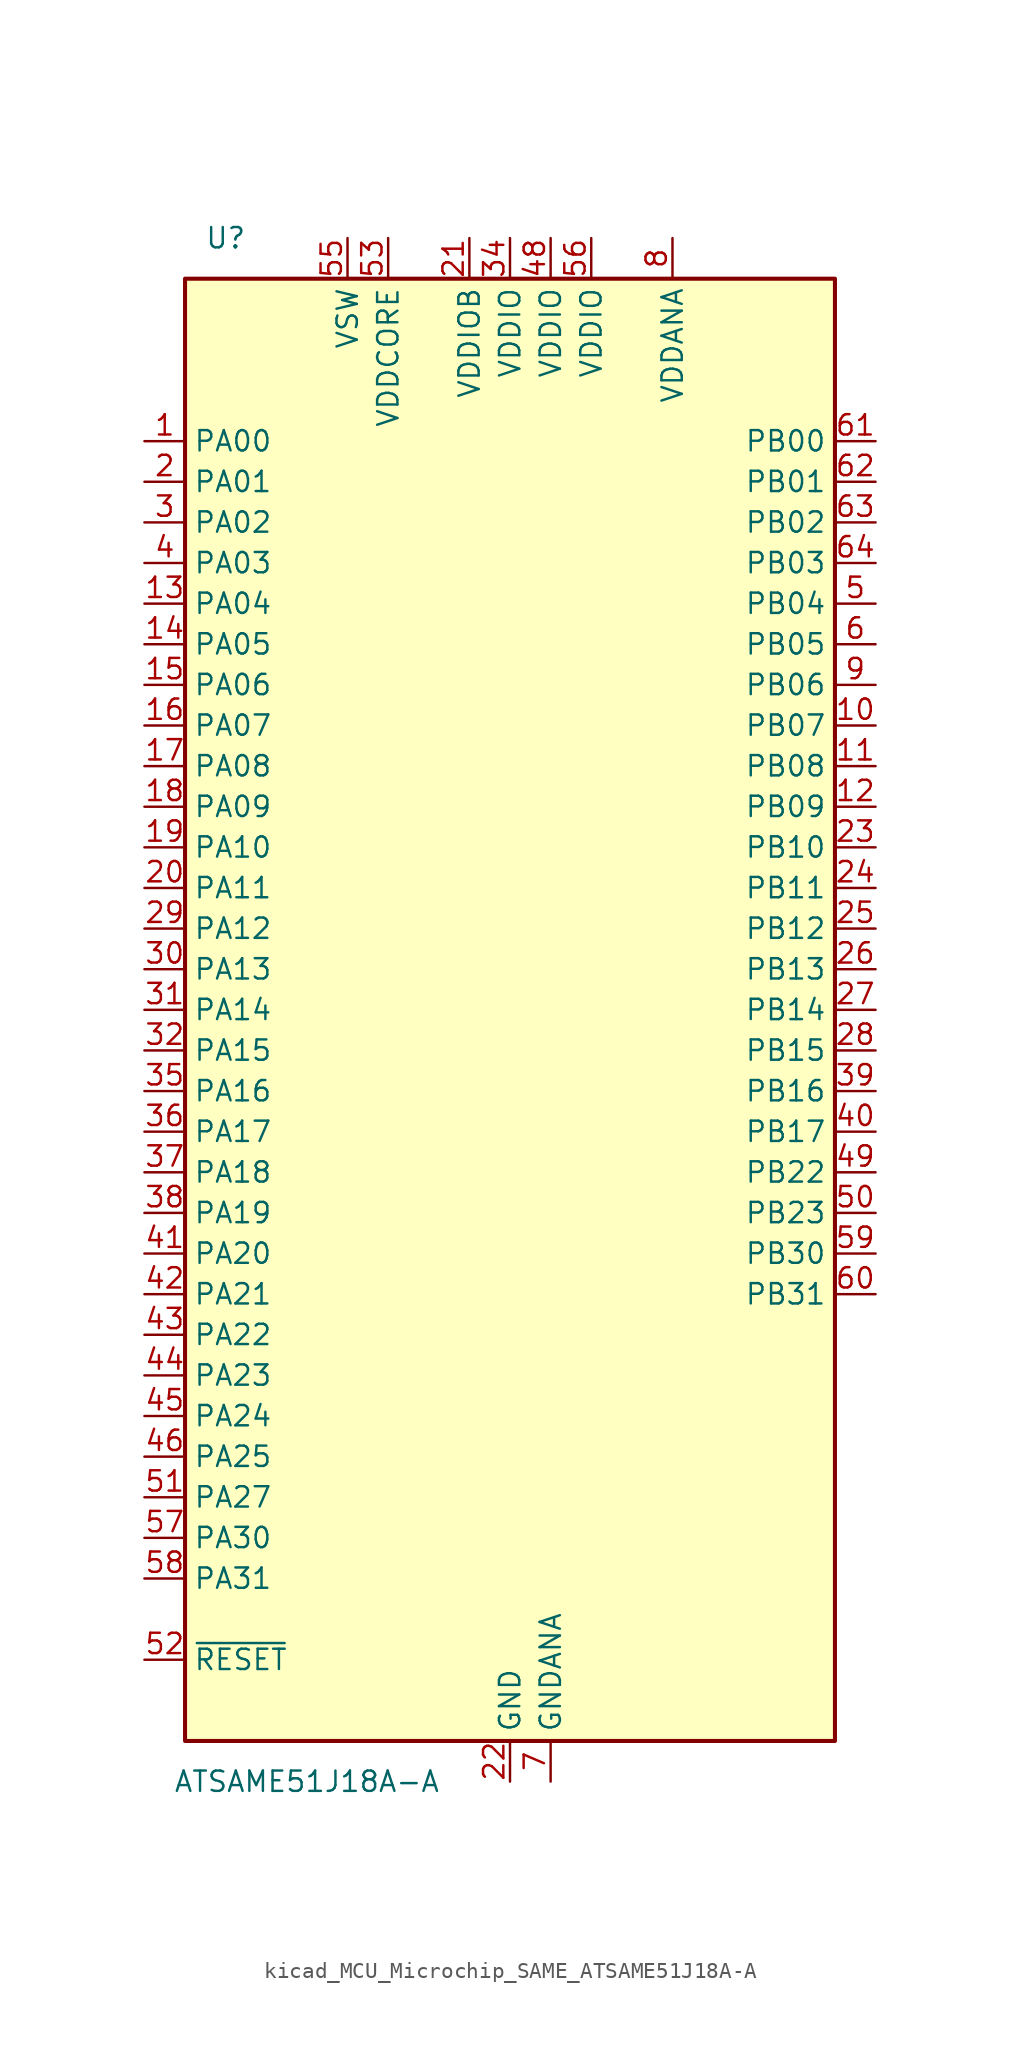
<source format=kicad_sym>
(kicad_symbol_lib
  (version 20220914)
  (generator kicad_symbol_editor)
  (symbol "kicad_MCU_Microchip_SAME_ATSAME51J18A-A"
    (property "Reference" "U"
      (at -17.78 48.26 0)
      (effects (font (size 1.27 1.27))))
    (property "Value" "ATSAME51J18A-A"
      (at -12.7 -48.26 0)
      (effects (font (size 1.27 1.27))))
    (symbol "kicad_MCU_Microchip_SAME_ATSAME51J18A-A_0_1"
      (rectangle (start -20.32 45.72) (end 20.32 -45.72) (stroke (width 0.254) (type default)) (fill (type background))))
    (symbol "kicad_MCU_Microchip_SAME_ATSAME51J18A-A_1_0"
      (pin bidirectional line (at 22.86 27.94 180) (length 2.54) (name "PB03" (effects (font (size 1.27 1.27)))) (number "64" (effects (font (size 1.27 1.27))))))
    (symbol "kicad_MCU_Microchip_SAME_ATSAME51J18A-A_1_1"
      (pin bidirectional line (at -22.86 35.56 0) (length 2.54) (name "PA00" (effects (font (size 1.27 1.27)))) (number "1" (effects (font (size 1.27 1.27)))))
      (pin bidirectional line (at 22.86 17.78 180) (length 2.54) (name "PB07" (effects (font (size 1.27 1.27)))) (number "10" (effects (font (size 1.27 1.27)))))
      (pin bidirectional line (at 22.86 15.24 180) (length 2.54) (name "PB08" (effects (font (size 1.27 1.27)))) (number "11" (effects (font (size 1.27 1.27)))))
      (pin bidirectional line (at 22.86 12.7 180) (length 2.54) (name "PB09" (effects (font (size 1.27 1.27)))) (number "12" (effects (font (size 1.27 1.27)))))
      (pin bidirectional line (at -22.86 25.4 0) (length 2.54) (name "PA04" (effects (font (size 1.27 1.27)))) (number "13" (effects (font (size 1.27 1.27)))))
      (pin bidirectional line (at -22.86 22.86 0) (length 2.54) (name "PA05" (effects (font (size 1.27 1.27)))) (number "14" (effects (font (size 1.27 1.27)))))
      (pin bidirectional line (at -22.86 20.32 0) (length 2.54) (name "PA06" (effects (font (size 1.27 1.27)))) (number "15" (effects (font (size 1.27 1.27)))))
      (pin bidirectional line (at -22.86 17.78 0) (length 2.54) (name "PA07" (effects (font (size 1.27 1.27)))) (number "16" (effects (font (size 1.27 1.27)))))
      (pin bidirectional line (at -22.86 15.24 0) (length 2.54) (name "PA08" (effects (font (size 1.27 1.27)))) (number "17" (effects (font (size 1.27 1.27)))))
      (pin bidirectional line (at -22.86 12.7 0) (length 2.54) (name "PA09" (effects (font (size 1.27 1.27)))) (number "18" (effects (font (size 1.27 1.27)))))
      (pin bidirectional line (at -22.86 10.16 0) (length 2.54) (name "PA10" (effects (font (size 1.27 1.27)))) (number "19" (effects (font (size 1.27 1.27)))))
      (pin bidirectional line (at -22.86 33.02 0) (length 2.54) (name "PA01" (effects (font (size 1.27 1.27)))) (number "2" (effects (font (size 1.27 1.27)))))
      (pin bidirectional line (at -22.86 7.62 0) (length 2.54) (name "PA11" (effects (font (size 1.27 1.27)))) (number "20" (effects (font (size 1.27 1.27)))))
      (pin power_in line (at -2.54 48.26 270) (length 2.54) (name "VDDIOB" (effects (font (size 1.27 1.27)))) (number "21" (effects (font (size 1.27 1.27)))))
      (pin power_in line (at 0 -48.26 90) (length 2.54) (name "GND" (effects (font (size 1.27 1.27)))) (number "22" (effects (font (size 1.27 1.27)))))
      (pin bidirectional line (at 22.86 10.16 180) (length 2.54) (name "PB10" (effects (font (size 1.27 1.27)))) (number "23" (effects (font (size 1.27 1.27)))))
      (pin bidirectional line (at 22.86 7.62 180) (length 2.54) (name "PB11" (effects (font (size 1.27 1.27)))) (number "24" (effects (font (size 1.27 1.27)))))
      (pin bidirectional line (at 22.86 5.08 180) (length 2.54) (name "PB12" (effects (font (size 1.27 1.27)))) (number "25" (effects (font (size 1.27 1.27)))))
      (pin bidirectional line (at 22.86 2.54 180) (length 2.54) (name "PB13" (effects (font (size 1.27 1.27)))) (number "26" (effects (font (size 1.27 1.27)))))
      (pin bidirectional line (at 22.86 0 180) (length 2.54) (name "PB14" (effects (font (size 1.27 1.27)))) (number "27" (effects (font (size 1.27 1.27)))))
      (pin bidirectional line (at 22.86 -2.54 180) (length 2.54) (name "PB15" (effects (font (size 1.27 1.27)))) (number "28" (effects (font (size 1.27 1.27)))))
      (pin bidirectional line (at -22.86 5.08 0) (length 2.54) (name "PA12" (effects (font (size 1.27 1.27)))) (number "29" (effects (font (size 1.27 1.27)))))
      (pin bidirectional line (at -22.86 30.48 0) (length 2.54) (name "PA02" (effects (font (size 1.27 1.27)))) (number "3" (effects (font (size 1.27 1.27)))))
      (pin bidirectional line (at -22.86 2.54 0) (length 2.54) (name "PA13" (effects (font (size 1.27 1.27)))) (number "30" (effects (font (size 1.27 1.27)))))
      (pin bidirectional line (at -22.86 0 0) (length 2.54) (name "PA14" (effects (font (size 1.27 1.27)))) (number "31" (effects (font (size 1.27 1.27)))))
      (pin bidirectional line (at -22.86 -2.54 0) (length 2.54) (name "PA15" (effects (font (size 1.27 1.27)))) (number "32" (effects (font (size 1.27 1.27)))))
      (pin passive line (at 0 -48.26 90) (length 2.54) hide (name "GND" (effects (font (size 1.27 1.27)))) (number "33" (effects (font (size 1.27 1.27)))))
      (pin power_in line (at 0 48.26 270) (length 2.54) (name "VDDIO" (effects (font (size 1.27 1.27)))) (number "34" (effects (font (size 1.27 1.27)))))
      (pin bidirectional line (at -22.86 -5.08 0) (length 2.54) (name "PA16" (effects (font (size 1.27 1.27)))) (number "35" (effects (font (size 1.27 1.27)))))
      (pin bidirectional line (at -22.86 -7.62 0) (length 2.54) (name "PA17" (effects (font (size 1.27 1.27)))) (number "36" (effects (font (size 1.27 1.27)))))
      (pin bidirectional line (at -22.86 -10.16 0) (length 2.54) (name "PA18" (effects (font (size 1.27 1.27)))) (number "37" (effects (font (size 1.27 1.27)))))
      (pin bidirectional line (at -22.86 -12.7 0) (length 2.54) (name "PA19" (effects (font (size 1.27 1.27)))) (number "38" (effects (font (size 1.27 1.27)))))
      (pin bidirectional line (at 22.86 -5.08 180) (length 2.54) (name "PB16" (effects (font (size 1.27 1.27)))) (number "39" (effects (font (size 1.27 1.27)))))
      (pin bidirectional line (at -22.86 27.94 0) (length 2.54) (name "PA03" (effects (font (size 1.27 1.27)))) (number "4" (effects (font (size 1.27 1.27)))))
      (pin bidirectional line (at 22.86 -7.62 180) (length 2.54) (name "PB17" (effects (font (size 1.27 1.27)))) (number "40" (effects (font (size 1.27 1.27)))))
      (pin bidirectional line (at -22.86 -15.24 0) (length 2.54) (name "PA20" (effects (font (size 1.27 1.27)))) (number "41" (effects (font (size 1.27 1.27)))))
      (pin bidirectional line (at -22.86 -17.78 0) (length 2.54) (name "PA21" (effects (font (size 1.27 1.27)))) (number "42" (effects (font (size 1.27 1.27)))))
      (pin bidirectional line (at -22.86 -20.32 0) (length 2.54) (name "PA22" (effects (font (size 1.27 1.27)))) (number "43" (effects (font (size 1.27 1.27)))))
      (pin bidirectional line (at -22.86 -22.86 0) (length 2.54) (name "PA23" (effects (font (size 1.27 1.27)))) (number "44" (effects (font (size 1.27 1.27)))))
      (pin bidirectional line (at -22.86 -25.4 0) (length 2.54) (name "PA24" (effects (font (size 1.27 1.27)))) (number "45" (effects (font (size 1.27 1.27)))))
      (pin bidirectional line (at -22.86 -27.94 0) (length 2.54) (name "PA25" (effects (font (size 1.27 1.27)))) (number "46" (effects (font (size 1.27 1.27)))))
      (pin passive line (at 0 -48.26 90) (length 2.54) hide (name "GND" (effects (font (size 1.27 1.27)))) (number "47" (effects (font (size 1.27 1.27)))))
      (pin power_in line (at 2.54 48.26 270) (length 2.54) (name "VDDIO" (effects (font (size 1.27 1.27)))) (number "48" (effects (font (size 1.27 1.27)))))
      (pin bidirectional line (at 22.86 -10.16 180) (length 2.54) (name "PB22" (effects (font (size 1.27 1.27)))) (number "49" (effects (font (size 1.27 1.27)))))
      (pin bidirectional line (at 22.86 25.4 180) (length 2.54) (name "PB04" (effects (font (size 1.27 1.27)))) (number "5" (effects (font (size 1.27 1.27)))))
      (pin bidirectional line (at 22.86 -12.7 180) (length 2.54) (name "PB23" (effects (font (size 1.27 1.27)))) (number "50" (effects (font (size 1.27 1.27)))))
      (pin bidirectional line (at -22.86 -30.48 0) (length 2.54) (name "PA27" (effects (font (size 1.27 1.27)))) (number "51" (effects (font (size 1.27 1.27)))))
      (pin input line (at -22.86 -40.64 0) (length 2.54) (name "~{RESET}" (effects (font (size 1.27 1.27)))) (number "52" (effects (font (size 1.27 1.27)))))
      (pin power_out line (at -7.62 48.26 270) (length 2.54) (name "VDDCORE" (effects (font (size 1.27 1.27)))) (number "53" (effects (font (size 1.27 1.27)))))
      (pin passive line (at 0 -48.26 90) (length 2.54) hide (name "GND" (effects (font (size 1.27 1.27)))) (number "54" (effects (font (size 1.27 1.27)))))
      (pin power_in line (at -10.16 48.26 270) (length 2.54) (name "VSW" (effects (font (size 1.27 1.27)))) (number "55" (effects (font (size 1.27 1.27)))))
      (pin power_in line (at 5.08 48.26 270) (length 2.54) (name "VDDIO" (effects (font (size 1.27 1.27)))) (number "56" (effects (font (size 1.27 1.27)))))
      (pin bidirectional line (at -22.86 -33.02 0) (length 2.54) (name "PA30" (effects (font (size 1.27 1.27)))) (number "57" (effects (font (size 1.27 1.27)))))
      (pin bidirectional line (at -22.86 -35.56 0) (length 2.54) (name "PA31" (effects (font (size 1.27 1.27)))) (number "58" (effects (font (size 1.27 1.27)))))
      (pin bidirectional line (at 22.86 -15.24 180) (length 2.54) (name "PB30" (effects (font (size 1.27 1.27)))) (number "59" (effects (font (size 1.27 1.27)))))
      (pin bidirectional line (at 22.86 22.86 180) (length 2.54) (name "PB05" (effects (font (size 1.27 1.27)))) (number "6" (effects (font (size 1.27 1.27)))))
      (pin bidirectional line (at 22.86 -17.78 180) (length 2.54) (name "PB31" (effects (font (size 1.27 1.27)))) (number "60" (effects (font (size 1.27 1.27)))))
      (pin bidirectional line (at 22.86 35.56 180) (length 2.54) (name "PB00" (effects (font (size 1.27 1.27)))) (number "61" (effects (font (size 1.27 1.27)))))
      (pin bidirectional line (at 22.86 33.02 180) (length 2.54) (name "PB01" (effects (font (size 1.27 1.27)))) (number "62" (effects (font (size 1.27 1.27)))))
      (pin bidirectional line (at 22.86 30.48 180) (length 2.54) (name "PB02" (effects (font (size 1.27 1.27)))) (number "63" (effects (font (size 1.27 1.27)))))
      (pin power_in line (at 2.54 -48.26 90) (length 2.54) (name "GNDANA" (effects (font (size 1.27 1.27)))) (number "7" (effects (font (size 1.27 1.27)))))
      (pin power_in line (at 10.16 48.26 270) (length 2.54) (name "VDDANA" (effects (font (size 1.27 1.27)))) (number "8" (effects (font (size 1.27 1.27)))))
      (pin bidirectional line (at 22.86 20.32 180) (length 2.54) (name "PB06" (effects (font (size 1.27 1.27)))) (number "9" (effects (font (size 1.27 1.27))))))))
</source>
